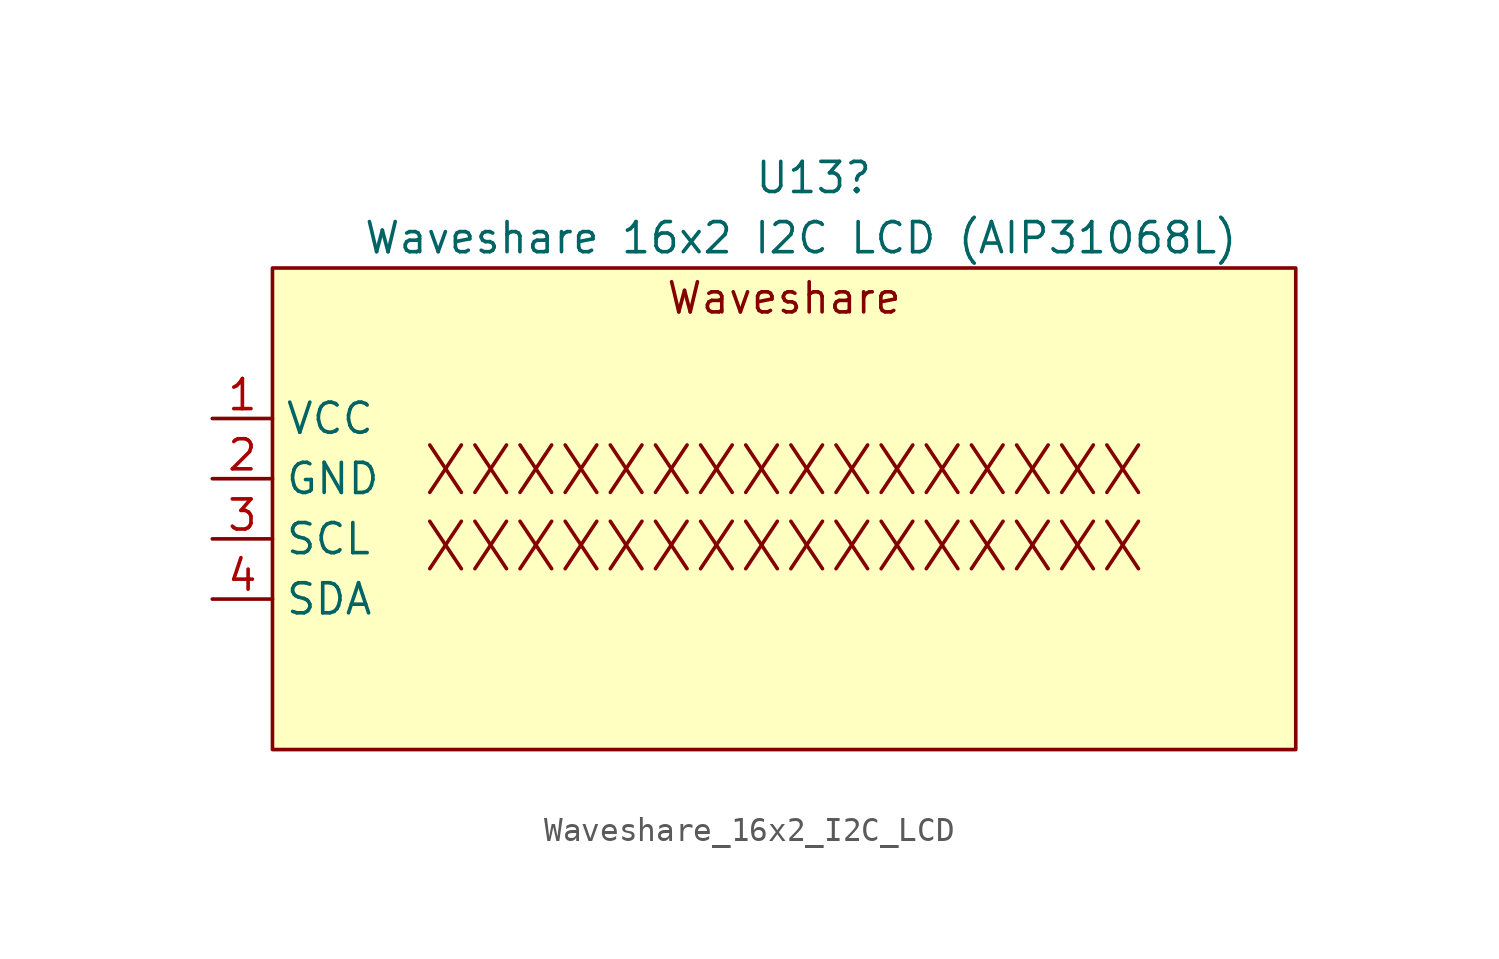
<source format=kicad_sym>
(kicad_symbol_lib
  (version 20220914)
  (generator kicad_symbol_editor)
  (symbol "Waveshare_16x2_I2C_LCD"
    (property "Reference" "U13"
      (at -1.27 13.97 0)
      (effects (font (size 1.27 1.27)) (justify left)))
    (property "Value" "Waveshare 16x2 I2C LCD (AIP31068L)"
      (at -17.78 11.43 0)
      (effects (font (size 1.27 1.27)) (justify left)))
    (symbol "Waveshare_16x2_I2C_LCD_0_1"
      (rectangle (start -21.59 10.16) (end 21.59 -10.16) (stroke (width 0) (type default)) (fill (type background))))
    (symbol "Waveshare_16x2_I2C_LCD_1_0"
      (text "Waveshare" (at 0 8.89 0) (effects (font (size 1.27 1.27))))
      (text "XXXXXXXXXXXXXXXX\nXXXXXXXXXXXXXXXX" (at 0 0 0) (effects (font (size 2 2)))))
    (symbol "Waveshare_16x2_I2C_LCD_1_1"
      (pin power_in line (at -24.13 3.81 0) (length 2.54) (name "VCC" (effects (font (size 1.27 1.27)))) (number "1" (effects (font (size 1.27 1.27)))))
      (pin power_in line (at -24.13 1.27 0) (length 2.54) (name "GND" (effects (font (size 1.27 1.27)))) (number "2" (effects (font (size 1.27 1.27)))))
      (pin input line (at -24.13 -1.27 0) (length 2.54) (name "SCL" (effects (font (size 1.27 1.27)))) (number "3" (effects (font (size 1.27 1.27)))))
      (pin input line (at -24.13 -3.81 0) (length 2.54) (name "SDA" (effects (font (size 1.27 1.27)))) (number "4" (effects (font (size 1.27 1.27))))))))
</source>
